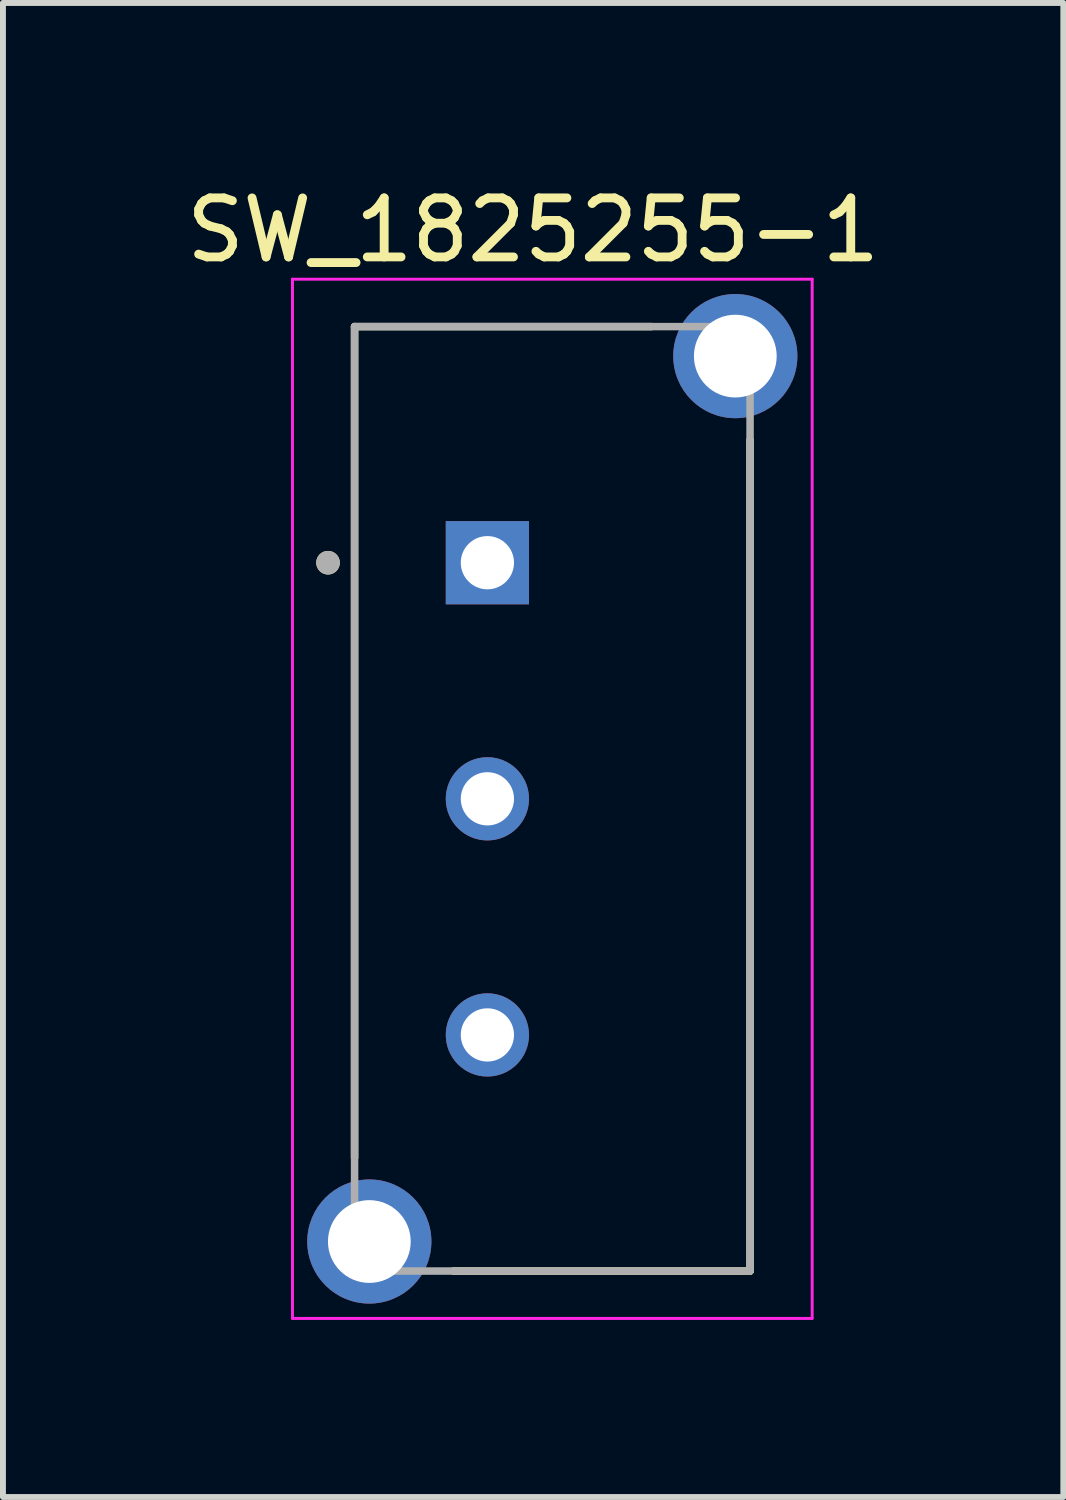
<source format=kicad_pcb>
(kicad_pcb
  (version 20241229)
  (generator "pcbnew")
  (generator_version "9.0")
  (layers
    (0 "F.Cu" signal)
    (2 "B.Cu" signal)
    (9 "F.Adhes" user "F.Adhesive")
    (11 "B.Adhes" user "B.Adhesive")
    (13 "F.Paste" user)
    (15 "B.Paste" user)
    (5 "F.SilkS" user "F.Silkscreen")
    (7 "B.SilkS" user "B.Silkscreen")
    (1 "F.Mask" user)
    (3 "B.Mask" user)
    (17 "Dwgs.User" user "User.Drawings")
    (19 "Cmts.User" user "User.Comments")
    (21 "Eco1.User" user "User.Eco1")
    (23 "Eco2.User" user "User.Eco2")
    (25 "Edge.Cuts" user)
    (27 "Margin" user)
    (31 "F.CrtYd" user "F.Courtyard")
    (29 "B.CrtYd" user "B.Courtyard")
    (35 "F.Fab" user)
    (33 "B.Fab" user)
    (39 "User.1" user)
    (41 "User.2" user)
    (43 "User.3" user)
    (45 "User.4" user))
  (footprint "SW_1825255-1"
    (layer "F.Cu")
    (at 6.307 10.483)
    (property "Reference" "SW_1825255-1" (at -0.325 -9.635 0) (layer "F.SilkS") (effects (font (size 1 1) (thickness 0.15))))
    (attr through_hole)
    (fp_line (start -3.35 -8) (end 1.68 -8) (stroke (width 0.127) (type solid)) (layer "F.SilkS"))
    (fp_line (start -3.35 6.08) (end -3.35 -8) (stroke (width 0.127) (type solid)) (layer "F.SilkS"))
    (fp_line (start 3.35 -6.08) (end 3.35 8) (stroke (width 0.127) (type solid)) (layer "F.SilkS"))
    (fp_line (start 3.35 8) (end -1.68 8) (stroke (width 0.127) (type solid)) (layer "F.SilkS"))
    (fp_circle (center -3.8 -4) (end -3.7 -4) (stroke (width 0.2) (type solid)) (fill no) (layer "F.SilkS"))
    (fp_line (start -4.402 -8.803) (end 4.402 -8.803) (stroke (width 0.05) (type solid)) (layer "F.CrtYd"))
    (fp_line (start -4.402 8.803) (end -4.402 -8.803) (stroke (width 0.05) (type solid)) (layer "F.CrtYd"))
    (fp_line (start 4.402 -8.803) (end 4.402 8.803) (stroke (width 0.05) (type solid)) (layer "F.CrtYd"))
    (fp_line (start 4.402 8.803) (end -4.402 8.803) (stroke (width 0.05) (type solid)) (layer "F.CrtYd"))
    (fp_line (start -3.35 -8) (end 3.35 -8) (stroke (width 0.127) (type solid)) (layer "F.Fab"))
    (fp_line (start -3.35 8) (end -3.35 -8) (stroke (width 0.127) (type solid)) (layer "F.Fab"))
    (fp_line (start 3.35 -8) (end 3.35 8) (stroke (width 0.127) (type solid)) (layer "F.Fab"))
    (fp_line (start 3.35 8) (end -3.35 8) (stroke (width 0.127) (type solid)) (layer "F.Fab"))
    (fp_circle (center -3.8 -4) (end -3.7 -4) (stroke (width 0.2) (type solid)) (fill no) (layer "F.Fab"))
    (pad "1" thru_hole rect (at -1.1 -4) (size 1.41 1.41) (drill 0.902) (layers "*.Cu" "*.Mask"))
    (pad "2" thru_hole circle (at -1.1 0) (size 1.41 1.41) (drill 0.902) (layers "*.Cu" "*.Mask"))
    (pad "3" thru_hole circle (at -1.1 4) (size 1.41 1.41) (drill 0.902) (layers "*.Cu" "*.Mask"))
    (pad "S1" thru_hole circle (at 3.1 -7.5) (size 2.103 2.103) (drill 1.402) (layers "*.Cu" "*.Mask"))
    (pad "S2" thru_hole circle (at -3.1 7.5) (size 2.103 2.103) (drill 1.402) (layers "*.Cu" "*.Mask")))
  (gr_rect
    (start -3 -3)
    (end 14.964 22.311)
    (stroke (width 0.1) (type default))
    (fill no)
    (layer "Edge.Cuts")))
</source>
